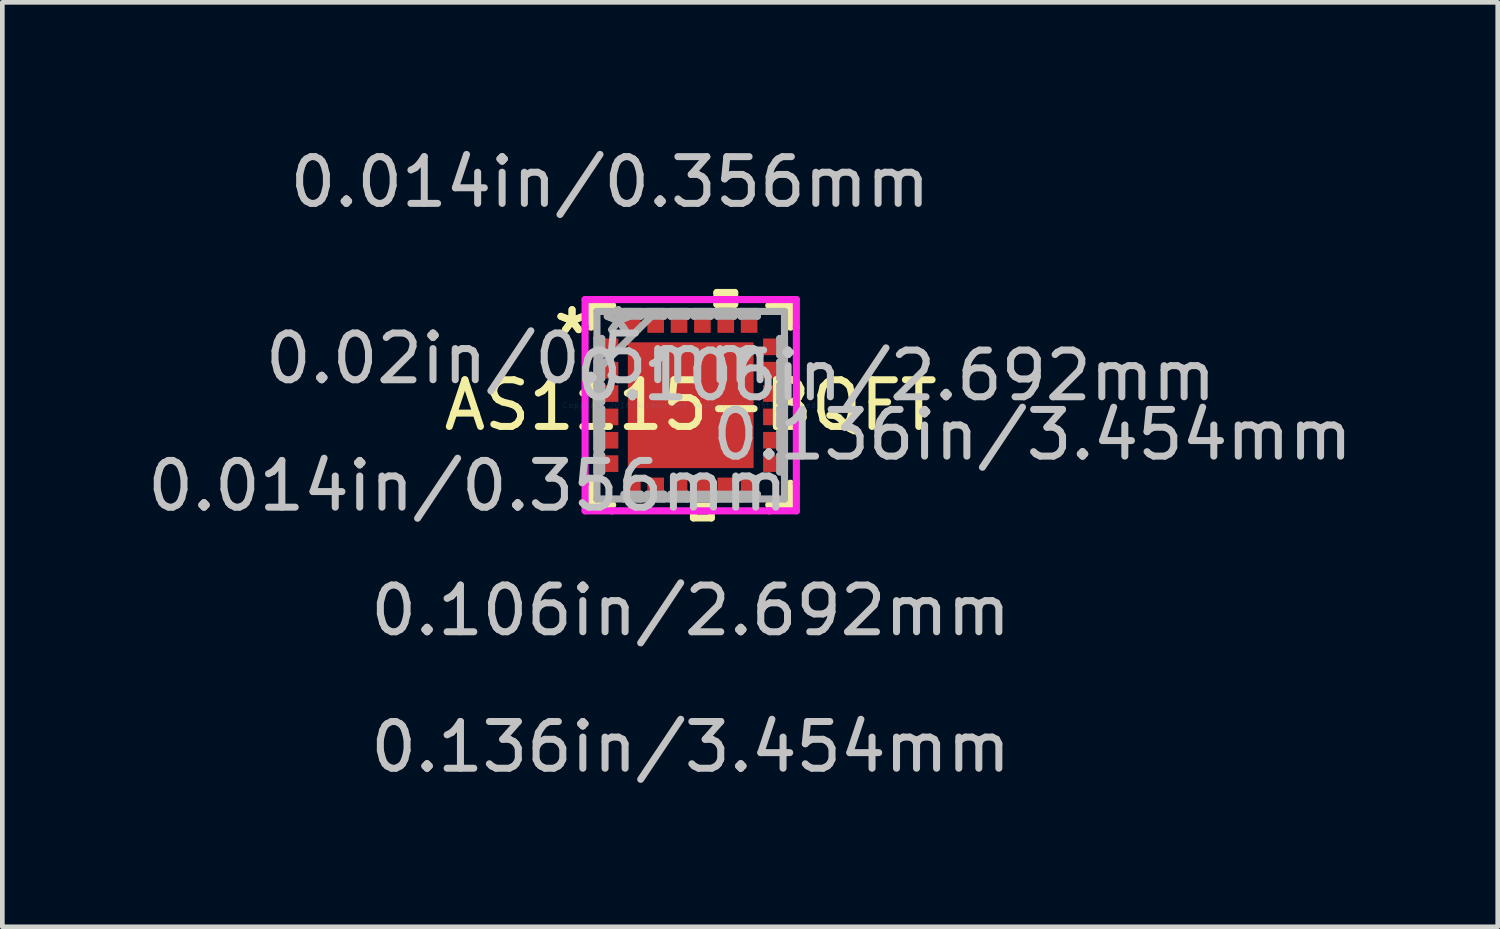
<source format=kicad_pcb>
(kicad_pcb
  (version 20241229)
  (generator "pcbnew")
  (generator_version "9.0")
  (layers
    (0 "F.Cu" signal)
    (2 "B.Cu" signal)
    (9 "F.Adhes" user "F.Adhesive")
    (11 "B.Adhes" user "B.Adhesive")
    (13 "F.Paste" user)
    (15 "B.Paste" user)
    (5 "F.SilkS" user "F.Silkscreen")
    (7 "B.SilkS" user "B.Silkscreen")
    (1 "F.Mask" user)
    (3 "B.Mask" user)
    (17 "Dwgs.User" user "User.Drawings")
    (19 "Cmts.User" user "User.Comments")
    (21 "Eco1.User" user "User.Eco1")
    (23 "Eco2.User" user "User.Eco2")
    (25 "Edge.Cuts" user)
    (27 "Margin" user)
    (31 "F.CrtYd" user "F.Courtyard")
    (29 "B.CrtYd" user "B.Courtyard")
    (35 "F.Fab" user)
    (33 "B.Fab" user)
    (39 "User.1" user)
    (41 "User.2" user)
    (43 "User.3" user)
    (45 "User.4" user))
  (footprint "AS1115-BQFT"
    (layer "F.Cu")
    (at 11.734 5.623)
    (property "Reference" "AS1115-BQFT" (at 0 0 0) (layer "F.SilkS") (effects (font (size 1 1) (thickness 0.15))))
    (attr through_hole)
    (fp_line (start -2.134 -2.134) (end -2.134 -1.67) (stroke (width 0.152) (type solid)) (layer "F.SilkS"))
    (fp_line (start -2.134 1.67) (end -2.134 2.134) (stroke (width 0.152) (type solid)) (layer "F.SilkS"))
    (fp_line (start -2.134 2.134) (end -1.67 2.134) (stroke (width 0.152) (type solid)) (layer "F.SilkS"))
    (fp_line (start -1.67 -2.134) (end -2.134 -2.134) (stroke (width 0.152) (type solid)) (layer "F.SilkS"))
    (fp_line (start 0.059 2.159) (end 0.059 2.413) (stroke (width 0.152) (type solid)) (layer "F.SilkS"))
    (fp_line (start 0.059 2.413) (end 0.441 2.413) (stroke (width 0.152) (type solid)) (layer "F.SilkS"))
    (fp_line (start 0.441 2.159) (end 0.059 2.159) (stroke (width 0.152) (type solid)) (layer "F.SilkS"))
    (fp_line (start 0.441 2.413) (end 0.441 2.159) (stroke (width 0.152) (type solid)) (layer "F.SilkS"))
    (fp_line (start 0.56 -2.413) (end 0.941 -2.413) (stroke (width 0.152) (type solid)) (layer "F.SilkS"))
    (fp_line (start 0.56 -2.159) (end 0.56 -2.413) (stroke (width 0.152) (type solid)) (layer "F.SilkS"))
    (fp_line (start 0.941 -2.413) (end 0.941 -2.159) (stroke (width 0.152) (type solid)) (layer "F.SilkS"))
    (fp_line (start 0.941 -2.159) (end 0.56 -2.159) (stroke (width 0.152) (type solid)) (layer "F.SilkS"))
    (fp_line (start 1.67 2.134) (end 2.134 2.134) (stroke (width 0.152) (type solid)) (layer "F.SilkS"))
    (fp_line (start 2.134 -2.134) (end 1.67 -2.134) (stroke (width 0.152) (type solid)) (layer "F.SilkS"))
    (fp_line (start 2.134 -1.67) (end 2.134 -2.134) (stroke (width 0.152) (type solid)) (layer "F.SilkS"))
    (fp_line (start 2.134 2.134) (end 2.134 1.67) (stroke (width 0.152) (type solid)) (layer "F.SilkS"))
    (fp_line (start -1.246 -1.246) (end -1.246 -0.1) (stroke (width 0.152) (type solid)) (layer "F.Paste"))
    (fp_line (start -1.246 -0.1) (end -0.1 -0.1) (stroke (width 0.152) (type solid)) (layer "F.Paste"))
    (fp_line (start -1.246 0.1) (end -1.246 1.246) (stroke (width 0.152) (type solid)) (layer "F.Paste"))
    (fp_line (start -1.246 1.246) (end -0.1 1.246) (stroke (width 0.152) (type solid)) (layer "F.Paste"))
    (fp_line (start -0.1 -1.246) (end -1.246 -1.246) (stroke (width 0.152) (type solid)) (layer "F.Paste"))
    (fp_line (start -0.1 -0.1) (end -0.1 -1.246) (stroke (width 0.152) (type solid)) (layer "F.Paste"))
    (fp_line (start -0.1 0.1) (end -1.246 0.1) (stroke (width 0.152) (type solid)) (layer "F.Paste"))
    (fp_line (start -0.1 1.246) (end -0.1 0.1) (stroke (width 0.152) (type solid)) (layer "F.Paste"))
    (fp_line (start 0.1 -1.246) (end 0.1 -0.1) (stroke (width 0.152) (type solid)) (layer "F.Paste"))
    (fp_line (start 0.1 -0.1) (end 1.246 -0.1) (stroke (width 0.152) (type solid)) (layer "F.Paste"))
    (fp_line (start 0.1 0.1) (end 0.1 1.246) (stroke (width 0.152) (type solid)) (layer "F.Paste"))
    (fp_line (start 0.1 1.246) (end 1.246 1.246) (stroke (width 0.152) (type solid)) (layer "F.Paste"))
    (fp_line (start 1.246 -1.246) (end 0.1 -1.246) (stroke (width 0.152) (type solid)) (layer "F.Paste"))
    (fp_line (start 1.246 -0.1) (end 1.246 -1.246) (stroke (width 0.152) (type solid)) (layer "F.Paste"))
    (fp_line (start 1.246 0.1) (end 0.1 0.1) (stroke (width 0.152) (type solid)) (layer "F.Paste"))
    (fp_line (start 1.246 1.246) (end 1.246 0.1) (stroke (width 0.152) (type solid)) (layer "F.Paste"))
    (fp_line (start -2.261 -2.261) (end -1.682 -2.261) (stroke (width 0.152) (type solid)) (layer "F.CrtYd"))
    (fp_line (start -2.261 -1.682) (end -2.261 -2.261) (stroke (width 0.152) (type solid)) (layer "F.CrtYd"))
    (fp_line (start -2.261 -1.682) (end -2.261 -1.682) (stroke (width 0.152) (type solid)) (layer "F.CrtYd"))
    (fp_line (start -2.261 1.682) (end -2.261 -1.682) (stroke (width 0.152) (type solid)) (layer "F.CrtYd"))
    (fp_line (start -2.261 1.682) (end -2.261 1.682) (stroke (width 0.152) (type solid)) (layer "F.CrtYd"))
    (fp_line (start -2.261 2.261) (end -2.261 1.682) (stroke (width 0.152) (type solid)) (layer "F.CrtYd"))
    (fp_line (start -1.682 -2.261) (end -1.682 -2.261) (stroke (width 0.152) (type solid)) (layer "F.CrtYd"))
    (fp_line (start -1.682 -2.261) (end 1.682 -2.261) (stroke (width 0.152) (type solid)) (layer "F.CrtYd"))
    (fp_line (start -1.682 2.261) (end -2.261 2.261) (stroke (width 0.152) (type solid)) (layer "F.CrtYd"))
    (fp_line (start -1.682 2.261) (end -1.682 2.261) (stroke (width 0.152) (type solid)) (layer "F.CrtYd"))
    (fp_line (start 1.682 -2.261) (end 1.682 -2.261) (stroke (width 0.152) (type solid)) (layer "F.CrtYd"))
    (fp_line (start 1.682 -2.261) (end 2.261 -2.261) (stroke (width 0.152) (type solid)) (layer "F.CrtYd"))
    (fp_line (start 1.682 2.261) (end -1.682 2.261) (stroke (width 0.152) (type solid)) (layer "F.CrtYd"))
    (fp_line (start 1.682 2.261) (end 1.682 2.261) (stroke (width 0.152) (type solid)) (layer "F.CrtYd"))
    (fp_line (start 2.261 -2.261) (end 2.261 -1.682) (stroke (width 0.152) (type solid)) (layer "F.CrtYd"))
    (fp_line (start 2.261 -1.682) (end 2.261 -1.682) (stroke (width 0.152) (type solid)) (layer "F.CrtYd"))
    (fp_line (start 2.261 -1.682) (end 2.261 1.682) (stroke (width 0.152) (type solid)) (layer "F.CrtYd"))
    (fp_line (start 2.261 1.682) (end 2.261 1.682) (stroke (width 0.152) (type solid)) (layer "F.CrtYd"))
    (fp_line (start 2.261 1.682) (end 2.261 2.261) (stroke (width 0.152) (type solid)) (layer "F.CrtYd"))
    (fp_line (start 2.261 2.261) (end 1.682 2.261) (stroke (width 0.152) (type solid)) (layer "F.CrtYd"))
    (fp_line (start -2.007 -2.007) (end -2.007 -2.007) (stroke (width 0.152) (type solid)) (layer "F.Fab"))
    (fp_line (start -2.007 -2.007) (end -2.007 2.007) (stroke (width 0.152) (type solid)) (layer "F.Fab"))
    (fp_line (start -2.007 -1.428) (end -1.905 -1.428) (stroke (width 0.152) (type solid)) (layer "F.Fab"))
    (fp_line (start -2.007 -1.072) (end -2.007 -1.428) (stroke (width 0.152) (type solid)) (layer "F.Fab"))
    (fp_line (start -2.007 -0.928) (end -1.905 -0.928) (stroke (width 0.152) (type solid)) (layer "F.Fab"))
    (fp_line (start -2.007 -0.737) (end -0.737 -2.007) (stroke (width 0.152) (type solid)) (layer "F.Fab"))
    (fp_line (start -2.007 -0.572) (end -2.007 -0.928) (stroke (width 0.152) (type solid)) (layer "F.Fab"))
    (fp_line (start -2.007 -0.428) (end -1.905 -0.428) (stroke (width 0.152) (type solid)) (layer "F.Fab"))
    (fp_line (start -2.007 -0.072) (end -2.007 -0.428) (stroke (width 0.152) (type solid)) (layer "F.Fab"))
    (fp_line (start -2.007 0.072) (end -1.905 0.072) (stroke (width 0.152) (type solid)) (layer "F.Fab"))
    (fp_line (start -2.007 0.428) (end -2.007 0.072) (stroke (width 0.152) (type solid)) (layer "F.Fab"))
    (fp_line (start -2.007 0.572) (end -1.905 0.572) (stroke (width 0.152) (type solid)) (layer "F.Fab"))
    (fp_line (start -2.007 0.928) (end -2.007 0.572) (stroke (width 0.152) (type solid)) (layer "F.Fab"))
    (fp_line (start -2.007 1.072) (end -1.905 1.072) (stroke (width 0.152) (type solid)) (layer "F.Fab"))
    (fp_line (start -2.007 1.428) (end -2.007 1.072) (stroke (width 0.152) (type solid)) (layer "F.Fab"))
    (fp_line (start -2.007 2.007) (end -2.007 2.007) (stroke (width 0.152) (type solid)) (layer "F.Fab"))
    (fp_line (start -2.007 2.007) (end 2.007 2.007) (stroke (width 0.152) (type solid)) (layer "F.Fab"))
    (fp_line (start -1.905 -1.428) (end -1.905 -1.072) (stroke (width 0.152) (type solid)) (layer "F.Fab"))
    (fp_line (start -1.905 -1.072) (end -2.007 -1.072) (stroke (width 0.152) (type solid)) (layer "F.Fab"))
    (fp_line (start -1.905 -0.928) (end -1.905 -0.572) (stroke (width 0.152) (type solid)) (layer "F.Fab"))
    (fp_line (start -1.905 -0.572) (end -2.007 -0.572) (stroke (width 0.152) (type solid)) (layer "F.Fab"))
    (fp_line (start -1.905 -0.428) (end -1.905 -0.072) (stroke (width 0.152) (type solid)) (layer "F.Fab"))
    (fp_line (start -1.905 -0.072) (end -2.007 -0.072) (stroke (width 0.152) (type solid)) (layer "F.Fab"))
    (fp_line (start -1.905 0.072) (end -1.905 0.428) (stroke (width 0.152) (type solid)) (layer "F.Fab"))
    (fp_line (start -1.905 0.428) (end -2.007 0.428) (stroke (width 0.152) (type solid)) (layer "F.Fab"))
    (fp_line (start -1.905 0.572) (end -1.905 0.928) (stroke (width 0.152) (type solid)) (layer "F.Fab"))
    (fp_line (start -1.905 0.928) (end -2.007 0.928) (stroke (width 0.152) (type solid)) (layer "F.Fab"))
    (fp_line (start -1.905 1.072) (end -1.905 1.428) (stroke (width 0.152) (type solid)) (layer "F.Fab"))
    (fp_line (start -1.905 1.428) (end -2.007 1.428) (stroke (width 0.152) (type solid)) (layer "F.Fab"))
    (fp_line (start -1.428 -2.007) (end -1.072 -2.007) (stroke (width 0.152) (type solid)) (layer "F.Fab"))
    (fp_line (start -1.428 -1.905) (end -1.428 -2.007) (stroke (width 0.152) (type solid)) (layer "F.Fab"))
    (fp_line (start -1.428 1.905) (end -1.072 1.905) (stroke (width 0.152) (type solid)) (layer "F.Fab"))
    (fp_line (start -1.428 2.007) (end -1.428 1.905) (stroke (width 0.152) (type solid)) (layer "F.Fab"))
    (fp_line (start -1.072 -2.007) (end -1.072 -1.905) (stroke (width 0.152) (type solid)) (layer "F.Fab"))
    (fp_line (start -1.072 -1.905) (end -1.428 -1.905) (stroke (width 0.152) (type solid)) (layer "F.Fab"))
    (fp_line (start -1.072 1.905) (end -1.072 2.007) (stroke (width 0.152) (type solid)) (layer "F.Fab"))
    (fp_line (start -1.072 2.007) (end -1.428 2.007) (stroke (width 0.152) (type solid)) (layer "F.Fab"))
    (fp_line (start -0.928 -2.007) (end -0.572 -2.007) (stroke (width 0.152) (type solid)) (layer "F.Fab"))
    (fp_line (start -0.928 -1.905) (end -0.928 -2.007) (stroke (width 0.152) (type solid)) (layer "F.Fab"))
    (fp_line (start -0.928 1.905) (end -0.572 1.905) (stroke (width 0.152) (type solid)) (layer "F.Fab"))
    (fp_line (start -0.928 2.007) (end -0.928 1.905) (stroke (width 0.152) (type solid)) (layer "F.Fab"))
    (fp_line (start -0.572 -2.007) (end -0.572 -1.905) (stroke (width 0.152) (type solid)) (layer "F.Fab"))
    (fp_line (start -0.572 -1.905) (end -0.928 -1.905) (stroke (width 0.152) (type solid)) (layer "F.Fab"))
    (fp_line (start -0.572 1.905) (end -0.572 2.007) (stroke (width 0.152) (type solid)) (layer "F.Fab"))
    (fp_line (start -0.572 2.007) (end -0.928 2.007) (stroke (width 0.152) (type solid)) (layer "F.Fab"))
    (fp_line (start -0.428 -2.007) (end -0.072 -2.007) (stroke (width 0.152) (type solid)) (layer "F.Fab"))
    (fp_line (start -0.428 -1.905) (end -0.428 -2.007) (stroke (width 0.152) (type solid)) (layer "F.Fab"))
    (fp_line (start -0.428 1.905) (end -0.072 1.905) (stroke (width 0.152) (type solid)) (layer "F.Fab"))
    (fp_line (start -0.428 2.007) (end -0.428 1.905) (stroke (width 0.152) (type solid)) (layer "F.Fab"))
    (fp_line (start -0.072 -2.007) (end -0.072 -1.905) (stroke (width 0.152) (type solid)) (layer "F.Fab"))
    (fp_line (start -0.072 -1.905) (end -0.428 -1.905) (stroke (width 0.152) (type solid)) (layer "F.Fab"))
    (fp_line (start -0.072 1.905) (end -0.072 2.007) (stroke (width 0.152) (type solid)) (layer "F.Fab"))
    (fp_line (start -0.072 2.007) (end -0.428 2.007) (stroke (width 0.152) (type solid)) (layer "F.Fab"))
    (fp_line (start 0.072 -2.007) (end 0.428 -2.007) (stroke (width 0.152) (type solid)) (layer "F.Fab"))
    (fp_line (start 0.072 -1.905) (end 0.072 -2.007) (stroke (width 0.152) (type solid)) (layer "F.Fab"))
    (fp_line (start 0.072 1.905) (end 0.428 1.905) (stroke (width 0.152) (type solid)) (layer "F.Fab"))
    (fp_line (start 0.072 2.007) (end 0.072 1.905) (stroke (width 0.152) (type solid)) (layer "F.Fab"))
    (fp_line (start 0.428 -2.007) (end 0.428 -1.905) (stroke (width 0.152) (type solid)) (layer "F.Fab"))
    (fp_line (start 0.428 -1.905) (end 0.072 -1.905) (stroke (width 0.152) (type solid)) (layer "F.Fab"))
    (fp_line (start 0.428 1.905) (end 0.428 2.007) (stroke (width 0.152) (type solid)) (layer "F.Fab"))
    (fp_line (start 0.428 2.007) (end 0.072 2.007) (stroke (width 0.152) (type solid)) (layer "F.Fab"))
    (fp_line (start 0.572 -2.007) (end 0.928 -2.007) (stroke (width 0.152) (type solid)) (layer "F.Fab"))
    (fp_line (start 0.572 -1.905) (end 0.572 -2.007) (stroke (width 0.152) (type solid)) (layer "F.Fab"))
    (fp_line (start 0.572 1.905) (end 0.928 1.905) (stroke (width 0.152) (type solid)) (layer "F.Fab"))
    (fp_line (start 0.572 2.007) (end 0.572 1.905) (stroke (width 0.152) (type solid)) (layer "F.Fab"))
    (fp_line (start 0.928 -2.007) (end 0.928 -1.905) (stroke (width 0.152) (type solid)) (layer "F.Fab"))
    (fp_line (start 0.928 -1.905) (end 0.572 -1.905) (stroke (width 0.152) (type solid)) (layer "F.Fab"))
    (fp_line (start 0.928 1.905) (end 0.928 2.007) (stroke (width 0.152) (type solid)) (layer "F.Fab"))
    (fp_line (start 0.928 2.007) (end 0.572 2.007) (stroke (width 0.152) (type solid)) (layer "F.Fab"))
    (fp_line (start 1.072 -2.007) (end 1.428 -2.007) (stroke (width 0.152) (type solid)) (layer "F.Fab"))
    (fp_line (start 1.072 -1.905) (end 1.072 -2.007) (stroke (width 0.152) (type solid)) (layer "F.Fab"))
    (fp_line (start 1.072 1.905) (end 1.428 1.905) (stroke (width 0.152) (type solid)) (layer "F.Fab"))
    (fp_line (start 1.072 2.007) (end 1.072 1.905) (stroke (width 0.152) (type solid)) (layer "F.Fab"))
    (fp_line (start 1.428 -2.007) (end 1.428 -1.905) (stroke (width 0.152) (type solid)) (layer "F.Fab"))
    (fp_line (start 1.428 -1.905) (end 1.072 -1.905) (stroke (width 0.152) (type solid)) (layer "F.Fab"))
    (fp_line (start 1.428 1.905) (end 1.428 2.007) (stroke (width 0.152) (type solid)) (layer "F.Fab"))
    (fp_line (start 1.428 2.007) (end 1.072 2.007) (stroke (width 0.152) (type solid)) (layer "F.Fab"))
    (fp_line (start 1.905 -1.428) (end 2.007 -1.428) (stroke (width 0.152) (type solid)) (layer "F.Fab"))
    (fp_line (start 1.905 -1.072) (end 1.905 -1.428) (stroke (width 0.152) (type solid)) (layer "F.Fab"))
    (fp_line (start 1.905 -0.928) (end 2.007 -0.928) (stroke (width 0.152) (type solid)) (layer "F.Fab"))
    (fp_line (start 1.905 -0.572) (end 1.905 -0.928) (stroke (width 0.152) (type solid)) (layer "F.Fab"))
    (fp_line (start 1.905 -0.428) (end 2.007 -0.428) (stroke (width 0.152) (type solid)) (layer "F.Fab"))
    (fp_line (start 1.905 -0.072) (end 1.905 -0.428) (stroke (width 0.152) (type solid)) (layer "F.Fab"))
    (fp_line (start 1.905 0.072) (end 2.007 0.072) (stroke (width 0.152) (type solid)) (layer "F.Fab"))
    (fp_line (start 1.905 0.428) (end 1.905 0.072) (stroke (width 0.152) (type solid)) (layer "F.Fab"))
    (fp_line (start 1.905 0.572) (end 2.007 0.572) (stroke (width 0.152) (type solid)) (layer "F.Fab"))
    (fp_line (start 1.905 0.928) (end 1.905 0.572) (stroke (width 0.152) (type solid)) (layer "F.Fab"))
    (fp_line (start 1.905 1.072) (end 2.007 1.072) (stroke (width 0.152) (type solid)) (layer "F.Fab"))
    (fp_line (start 1.905 1.428) (end 1.905 1.072) (stroke (width 0.152) (type solid)) (layer "F.Fab"))
    (fp_line (start 2.007 -2.007) (end -2.007 -2.007) (stroke (width 0.152) (type solid)) (layer "F.Fab"))
    (fp_line (start 2.007 -2.007) (end 2.007 -2.007) (stroke (width 0.152) (type solid)) (layer "F.Fab"))
    (fp_line (start 2.007 -1.428) (end 2.007 -1.072) (stroke (width 0.152) (type solid)) (layer "F.Fab"))
    (fp_line (start 2.007 -1.072) (end 1.905 -1.072) (stroke (width 0.152) (type solid)) (layer "F.Fab"))
    (fp_line (start 2.007 -0.928) (end 2.007 -0.572) (stroke (width 0.152) (type solid)) (layer "F.Fab"))
    (fp_line (start 2.007 -0.572) (end 1.905 -0.572) (stroke (width 0.152) (type solid)) (layer "F.Fab"))
    (fp_line (start 2.007 -0.428) (end 2.007 -0.072) (stroke (width 0.152) (type solid)) (layer "F.Fab"))
    (fp_line (start 2.007 -0.072) (end 1.905 -0.072) (stroke (width 0.152) (type solid)) (layer "F.Fab"))
    (fp_line (start 2.007 0.072) (end 2.007 0.428) (stroke (width 0.152) (type solid)) (layer "F.Fab"))
    (fp_line (start 2.007 0.428) (end 1.905 0.428) (stroke (width 0.152) (type solid)) (layer "F.Fab"))
    (fp_line (start 2.007 0.572) (end 2.007 0.928) (stroke (width 0.152) (type solid)) (layer "F.Fab"))
    (fp_line (start 2.007 0.928) (end 1.905 0.928) (stroke (width 0.152) (type solid)) (layer "F.Fab"))
    (fp_line (start 2.007 1.072) (end 2.007 1.428) (stroke (width 0.152) (type solid)) (layer "F.Fab"))
    (fp_line (start 2.007 1.428) (end 1.905 1.428) (stroke (width 0.152) (type solid)) (layer "F.Fab"))
    (fp_line (start 2.007 2.007) (end 2.007 -2.007) (stroke (width 0.152) (type solid)) (layer "F.Fab"))
    (fp_line (start 2.007 2.007) (end 2.007 2.007) (stroke (width 0.152) (type solid)) (layer "F.Fab"))
    (fp_text user "*" (at -2.54 -1.5 0) (layer "F.SilkS") (effects (font (size 1 1) (thickness 0.15))))
    (fp_text user "*" (at -2.54 -1.5 0) (layer "F.SilkS") (effects (font (size 1 1) (thickness 0.15))))
    (fp_text user "0.014in/0.356mm" (at -4.775 1.727 0) (layer "Dwgs.User") (effects (font (size 1 1) (thickness 0.15))))
    (fp_text user "0.02in/0.5mm" (at -3.683 -1 0) (layer "Dwgs.User") (effects (font (size 1 1) (thickness 0.15))))
    (fp_text user "0.106in/2.692mm" (at 4.394 -0.635 0) (layer "Dwgs.User") (effects (font (size 1 1) (thickness 0.15))))
    (fp_text user "0.136in/3.454mm" (at 7.315 0.635 0) (layer "Dwgs.User") (effects (font (size 1 1) (thickness 0.15))))
    (fp_text user "0.014in/0.356mm" (at -1.727 -4.775 0) (layer "Dwgs.User") (effects (font (size 1 1) (thickness 0.15))))
    (fp_text user "0.136in/3.454mm" (at 0 7.315 0) (layer "Dwgs.User") (effects (font (size 1 1) (thickness 0.15))))
    (fp_text user "0.106in/2.692mm" (at 0 4.394 0) (layer "Dwgs.User") (effects (font (size 1 1) (thickness 0.15))))
    (fp_text user "Copyright 2016 Accelerated Designs. All rights reserved." (at 0 0 0) (layer "Cmts.User") (effects (font (size 0.127 0.127) (thickness 0.002))))
    (fp_text user "*" (at -1.549 -1.5 0) (layer "F.Fab") (effects (font (size 1 1) (thickness 0.15))))
    (fp_text user "*" (at -1.549 -1.5 0) (layer "F.Fab") (effects (font (size 1 1) (thickness 0.15))))
    (pad "1" smd rect (at -1.727 -1.25 90) (size 0.356 0.356) (layers "F.Cu" "F.Mask" "F.Paste"))
    (pad "2" smd rect (at -1.727 -0.75 90) (size 0.356 0.356) (layers "F.Cu" "F.Mask" "F.Paste"))
    (pad "3" smd rect (at -1.727 -0.25 90) (size 0.356 0.356) (layers "F.Cu" "F.Mask" "F.Paste"))
    (pad "4" smd rect (at -1.727 0.25 90) (size 0.356 0.356) (layers "F.Cu" "F.Mask" "F.Paste"))
    (pad "5" smd rect (at -1.727 0.75 90) (size 0.356 0.356) (layers "F.Cu" "F.Mask" "F.Paste"))
    (pad "6" smd rect (at -1.727 1.25 90) (size 0.356 0.356) (layers "F.Cu" "F.Mask" "F.Paste"))
    (pad "7" smd rect (at -1.25 1.727) (size 0.356 0.356) (layers "F.Cu" "F.Mask" "F.Paste"))
    (pad "8" smd rect (at -0.75 1.727) (size 0.356 0.356) (layers "F.Cu" "F.Mask" "F.Paste"))
    (pad "9" smd rect (at -0.25 1.727) (size 0.356 0.356) (layers "F.Cu" "F.Mask" "F.Paste"))
    (pad "10" smd rect (at 0.25 1.727) (size 0.356 0.356) (layers "F.Cu" "F.Mask" "F.Paste"))
    (pad "11" smd rect (at 0.75 1.727) (size 0.356 0.356) (layers "F.Cu" "F.Mask" "F.Paste"))
    (pad "12" smd rect (at 1.25 1.727) (size 0.356 0.356) (layers "F.Cu" "F.Mask" "F.Paste"))
    (pad "13" smd rect (at 1.727 1.25 90) (size 0.356 0.356) (layers "F.Cu" "F.Mask" "F.Paste"))
    (pad "14" smd rect (at 1.727 0.75 90) (size 0.356 0.356) (layers "F.Cu" "F.Mask" "F.Paste"))
    (pad "15" smd rect (at 1.727 0.25 90) (size 0.356 0.356) (layers "F.Cu" "F.Mask" "F.Paste"))
    (pad "16" smd rect (at 1.727 -0.25 90) (size 0.356 0.356) (layers "F.Cu" "F.Mask" "F.Paste"))
    (pad "17" smd rect (at 1.727 -0.75 90) (size 0.356 0.356) (layers "F.Cu" "F.Mask" "F.Paste"))
    (pad "18" smd rect (at 1.727 -1.25 90) (size 0.356 0.356) (layers "F.Cu" "F.Mask" "F.Paste"))
    (pad "19" smd rect (at 1.25 -1.727) (size 0.356 0.356) (layers "F.Cu" "F.Mask" "F.Paste"))
    (pad "20" smd rect (at 0.75 -1.727) (size 0.356 0.356) (layers "F.Cu" "F.Mask" "F.Paste"))
    (pad "21" smd rect (at 0.25 -1.727) (size 0.356 0.356) (layers "F.Cu" "F.Mask" "F.Paste"))
    (pad "22" smd rect (at -0.25 -1.727) (size 0.356 0.356) (layers "F.Cu" "F.Mask" "F.Paste"))
    (pad "23" smd rect (at -0.75 -1.727) (size 0.356 0.356) (layers "F.Cu" "F.Mask" "F.Paste"))
    (pad "24" smd rect (at -1.25 -1.727) (size 0.356 0.356) (layers "F.Cu" "F.Mask" "F.Paste"))
    (pad "25" smd rect (at 0 0) (size 2.692 2.692) (layers "F.Cu" "F.Mask" "F.Paste")))
  (gr_rect
    (start -3 -3)
    (end 29.007 16.787)
    (stroke (width 0.1) (type default))
    (fill no)
    (layer "Edge.Cuts")))
</source>
